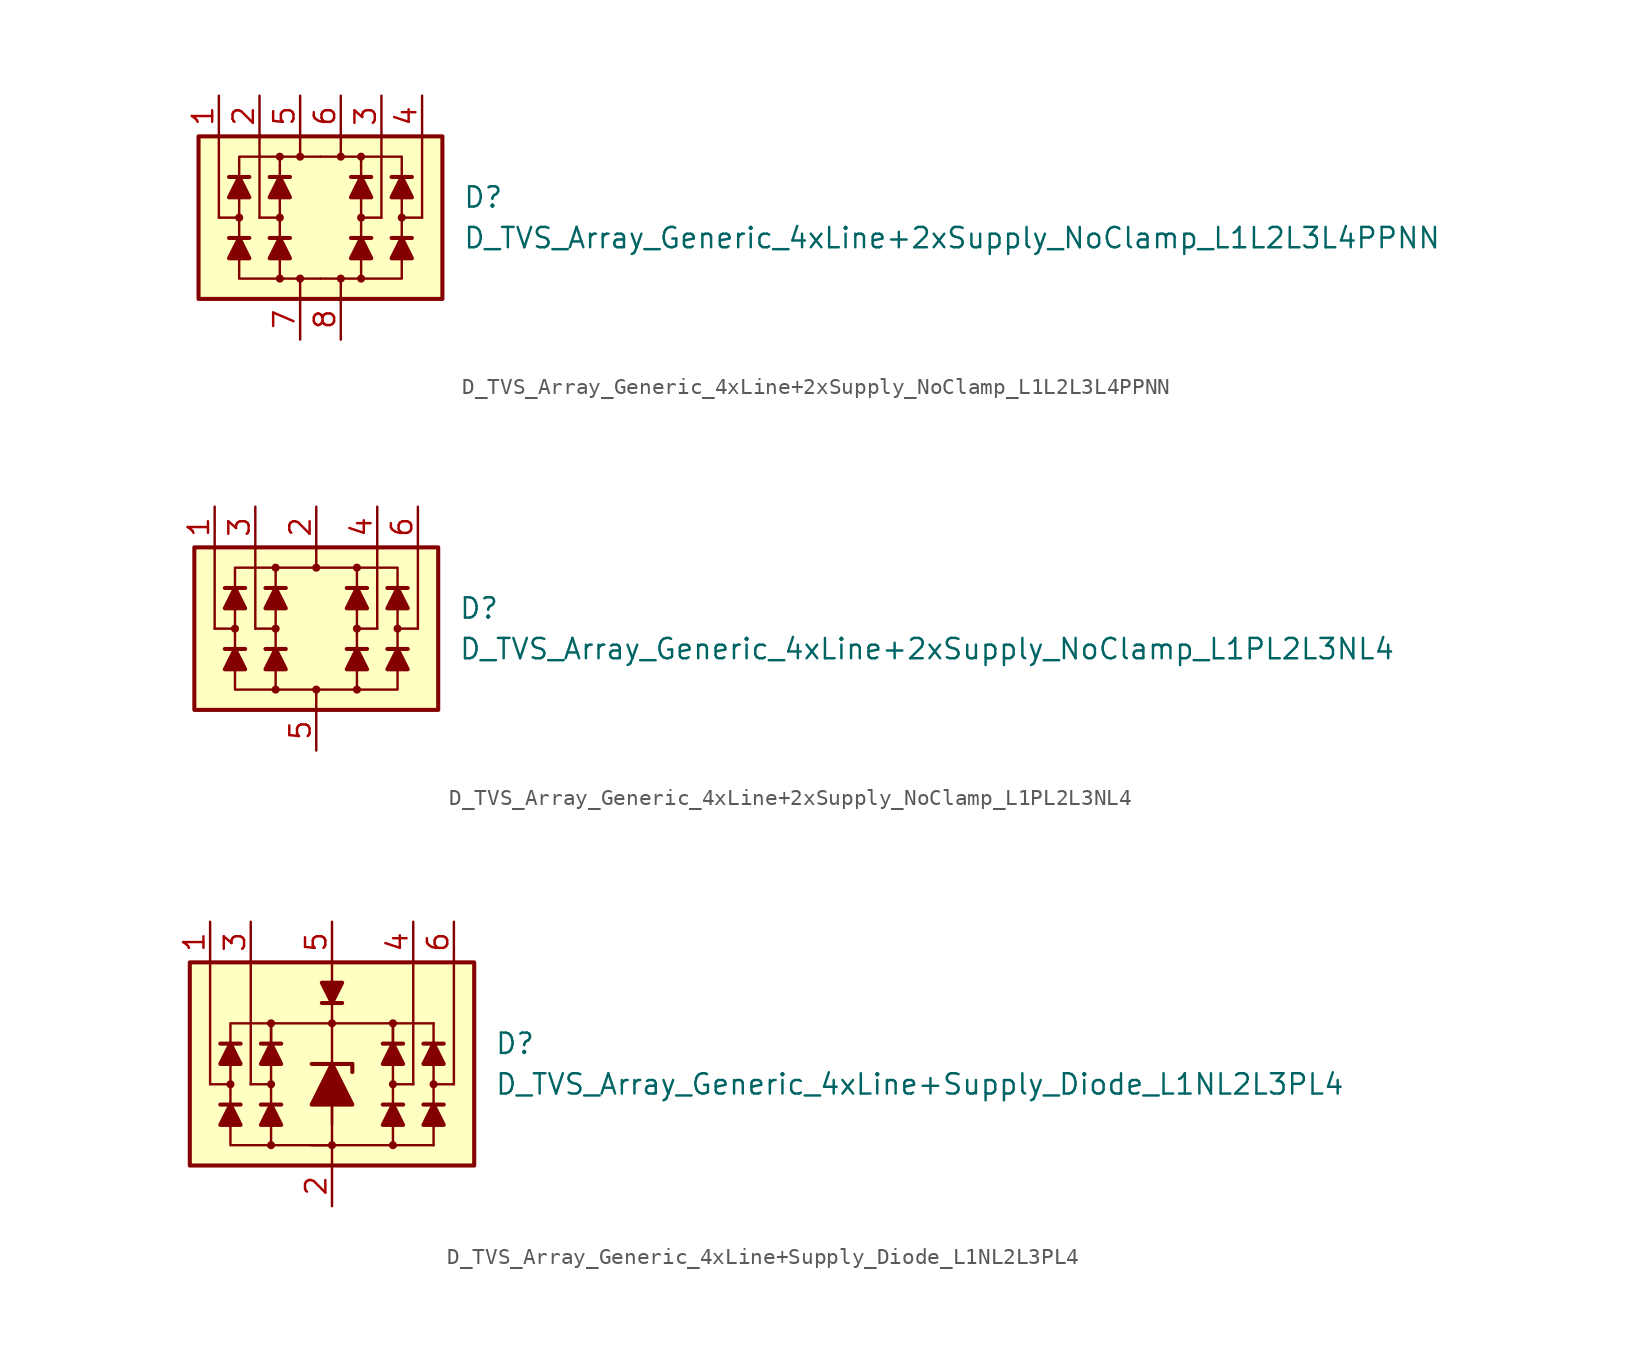
<source format=kicad_sym>
(kicad_symbol_lib
  (version 20231120)
  (generator "kicad_symbol_editor")
  (generator_version "8.0")
  (symbol "D_TVS_Array_Generic_4xLine+2xSupply_NoClamp_L1L2L3L4PPNN"
    (pin_names
      (offset 1.016) hide)
    (property "Reference" "D"
      (at 8.89 1.27 0)
      (effects (font (size 1.27 1.27)) (justify left)))
    (property "Value" "D_TVS_Array_Generic_4xLine+2xSupply_NoClamp_L1L2L3L4PPNN"
      (at 8.89 -1.27 0)
      (effects (font (size 1.27 1.27)) (justify left)))
    (symbol "D_TVS_Array_Generic_4xLine+2xSupply_NoClamp_L1L2L3L4PPNN_0_1"
      (rectangle (start -7.62 5.08) (end 7.62 -5.08) (stroke (width 0.254) (type default)) (fill (type background)))
      (circle (center -2.54 0) (radius 0.178) (stroke (width 0) (type default)) (fill (type outline)))
      (polyline (pts (xy -4.445 -1.27) (xy -5.715 -1.27)) (stroke (width 0.254) (type default)) (fill (type none)))
      (polyline (pts (xy -4.445 2.54) (xy -5.715 2.54)) (stroke (width 0.254) (type default)) (fill (type none)))
      (polyline (pts (xy -3.81 0) (xy -3.81 5.08)) (stroke (width 0) (type default)) (fill (type none)))
      (polyline (pts (xy -2.54 -1.27) (xy -2.54 1.27)) (stroke (width 0) (type default)) (fill (type none)))
      (polyline (pts (xy -2.54 0) (xy -3.81 0)) (stroke (width 0) (type default)) (fill (type none)))
      (polyline (pts (xy -1.905 -1.27) (xy -3.175 -1.27)) (stroke (width 0.254) (type default)) (fill (type none)))
      (polyline (pts (xy -1.905 2.54) (xy -3.175 2.54)) (stroke (width 0.254) (type default)) (fill (type none)))
      (polyline (pts (xy -1.27 -5.08) (xy -1.27 -3.81)) (stroke (width 0) (type default)) (fill (type none)))
      (polyline (pts (xy -1.27 5.08) (xy -1.27 3.81)) (stroke (width 0) (type default)) (fill (type none)))
      (polyline (pts (xy 1.27 -5.08) (xy 1.27 -3.81)) (stroke (width 0) (type default)) (fill (type none)))
      (polyline (pts (xy 1.27 5.08) (xy 1.27 3.81)) (stroke (width 0) (type default)) (fill (type none)))
      (polyline (pts (xy 2.54 -1.27) (xy 2.54 1.27)) (stroke (width 0) (type default)) (fill (type none)))
      (polyline (pts (xy 2.54 0) (xy 3.81 0)) (stroke (width 0) (type default)) (fill (type none)))
      (polyline (pts (xy 3.175 -1.27) (xy 1.905 -1.27)) (stroke (width 0.254) (type default)) (fill (type none)))
      (polyline (pts (xy 3.175 2.54) (xy 1.905 2.54)) (stroke (width 0.254) (type default)) (fill (type none)))
      (polyline (pts (xy 3.81 0) (xy 3.81 5.08)) (stroke (width 0) (type default)) (fill (type none)))
      (polyline (pts (xy 5.715 -1.27) (xy 4.445 -1.27)) (stroke (width 0.254) (type default)) (fill (type none)))
      (polyline (pts (xy 5.715 2.54) (xy 4.445 2.54)) (stroke (width 0.254) (type default)) (fill (type none)))
      (polyline (pts (xy -5.08 -1.27) (xy -4.445 -2.54) (xy -5.715 -2.54) (xy -5.08 -1.27)) (stroke (width 0.254) (type default)) (fill (type outline)))
      (polyline (pts (xy -5.08 2.54) (xy -4.445 1.27) (xy -5.715 1.27) (xy -5.08 2.54)) (stroke (width 0.254) (type default)) (fill (type outline)))
      (polyline (pts (xy -2.54 -1.27) (xy -1.905 -2.54) (xy -3.175 -2.54) (xy -2.54 -1.27)) (stroke (width 0.254) (type default)) (fill (type outline)))
      (polyline (pts (xy -2.54 2.54) (xy -1.905 1.27) (xy -3.175 1.27) (xy -2.54 2.54)) (stroke (width 0.254) (type default)) (fill (type outline)))
      (polyline (pts (xy 0 -3.81) (xy -5.08 -3.81) (xy -5.08 3.81) (xy 0 3.81)) (stroke (width 0) (type default)) (fill (type none)))
      (polyline (pts (xy 0 -3.81) (xy 5.08 -3.81) (xy 5.08 3.81) (xy 0 3.81)) (stroke (width 0) (type default)) (fill (type none)))
      (polyline (pts (xy 2.54 -1.27) (xy 3.175 -2.54) (xy 1.905 -2.54) (xy 2.54 -1.27)) (stroke (width 0.254) (type default)) (fill (type outline)))
      (polyline (pts (xy 2.54 2.54) (xy 3.175 1.27) (xy 1.905 1.27) (xy 2.54 2.54)) (stroke (width 0.254) (type default)) (fill (type outline)))
      (polyline (pts (xy 5.08 -1.27) (xy 5.715 -2.54) (xy 4.445 -2.54) (xy 5.08 -1.27)) (stroke (width 0.254) (type default)) (fill (type outline)))
      (polyline (pts (xy 5.08 2.54) (xy 5.715 1.27) (xy 4.445 1.27) (xy 5.08 2.54)) (stroke (width 0.254) (type default)) (fill (type outline)))
      (circle (center 2.54 0) (radius 0.178) (stroke (width 0) (type default)) (fill (type outline))))
    (symbol "D_TVS_Array_Generic_4xLine+2xSupply_NoClamp_L1L2L3L4PPNN_1_1"
      (circle (center -5.08 0) (radius 0.178) (stroke (width 0) (type default)) (fill (type outline)))
      (circle (center -2.54 -3.81) (radius 0.178) (stroke (width 0) (type default)) (fill (type outline)))
      (circle (center -2.54 3.81) (radius 0.178) (stroke (width 0) (type default)) (fill (type outline)))
      (circle (center -1.27 -3.81) (radius 0.178) (stroke (width 0) (type default)) (fill (type outline)))
      (circle (center -1.27 3.81) (radius 0.178) (stroke (width 0) (type default)) (fill (type outline)))
      (polyline (pts (xy -6.35 0) (xy -6.35 5.08)) (stroke (width 0) (type default)) (fill (type none)))
      (polyline (pts (xy -5.08 0) (xy -6.35 0)) (stroke (width 0) (type default)) (fill (type none)))
      (polyline (pts (xy -2.54 -3.81) (xy -2.54 -1.27)) (stroke (width 0) (type default)) (fill (type none)))
      (polyline (pts (xy -2.54 1.27) (xy -2.54 3.81)) (stroke (width 0) (type default)) (fill (type none)))
      (polyline (pts (xy 2.54 -3.81) (xy 2.54 -1.27)) (stroke (width 0) (type default)) (fill (type none)))
      (polyline (pts (xy 2.54 1.27) (xy 2.54 3.81)) (stroke (width 0) (type default)) (fill (type none)))
      (polyline (pts (xy 5.08 0) (xy 6.35 0)) (stroke (width 0) (type default)) (fill (type none)))
      (polyline (pts (xy 6.35 0) (xy 6.35 5.08)) (stroke (width 0) (type default)) (fill (type none)))
      (circle (center 1.27 -3.81) (radius 0.178) (stroke (width 0) (type default)) (fill (type outline)))
      (circle (center 1.27 3.81) (radius 0.178) (stroke (width 0) (type default)) (fill (type outline)))
      (circle (center 2.54 -3.81) (radius 0.178) (stroke (width 0) (type default)) (fill (type outline)))
      (circle (center 2.54 3.81) (radius 0.178) (stroke (width 0) (type default)) (fill (type outline)))
      (circle (center 5.08 0) (radius 0.178) (stroke (width 0) (type default)) (fill (type outline)))
      (pin passive line (at -6.35 7.62 270) (length 2.54) (name "L1" (effects (font (size 1.27 1.27)))) (number "1" (effects (font (size 1.27 1.27)))))
      (pin passive line (at -3.81 7.62 270) (length 2.54) (name "L2" (effects (font (size 1.27 1.27)))) (number "2" (effects (font (size 1.27 1.27)))))
      (pin passive line (at 3.81 7.62 270) (length 2.54) (name "L3" (effects (font (size 1.27 1.27)))) (number "3" (effects (font (size 1.27 1.27)))))
      (pin passive line (at 6.35 7.62 270) (length 2.54) (name "L4" (effects (font (size 1.27 1.27)))) (number "4" (effects (font (size 1.27 1.27)))))
      (pin passive line (at -1.27 7.62 270) (length 2.54) (name "VP" (effects (font (size 1.27 1.27)))) (number "5" (effects (font (size 1.27 1.27)))))
      (pin passive line (at 1.27 7.62 270) (length 2.54) (name "VP" (effects (font (size 1.27 1.27)))) (number "6" (effects (font (size 1.27 1.27)))))
      (pin passive line (at -1.27 -7.62 90) (length 2.54) (name "VN" (effects (font (size 1.27 1.27)))) (number "7" (effects (font (size 1.27 1.27)))))
      (pin passive line (at 1.27 -7.62 90) (length 2.54) (name "VN" (effects (font (size 1.27 1.27)))) (number "8" (effects (font (size 1.27 1.27)))))))
  (symbol "D_TVS_Array_Generic_4xLine+2xSupply_NoClamp_L1PL2L3NL4"
    (pin_names
      (offset 1.016) hide)
    (property "Reference" "D"
      (at 8.89 1.27 0)
      (effects (font (size 1.27 1.27)) (justify left)))
    (property "Value" "D_TVS_Array_Generic_4xLine+2xSupply_NoClamp_L1PL2L3NL4"
      (at 8.89 -1.27 0)
      (effects (font (size 1.27 1.27)) (justify left)))
    (symbol "D_TVS_Array_Generic_4xLine+2xSupply_NoClamp_L1PL2L3NL4_0_1"
      (rectangle (start -7.62 5.08) (end 7.62 -5.08) (stroke (width 0.254) (type default)) (fill (type background)))
      (circle (center -2.54 0) (radius 0.178) (stroke (width 0) (type default)) (fill (type outline)))
      (polyline (pts (xy -4.445 -1.27) (xy -5.715 -1.27)) (stroke (width 0.254) (type default)) (fill (type none)))
      (polyline (pts (xy -4.445 2.54) (xy -5.715 2.54)) (stroke (width 0.254) (type default)) (fill (type none)))
      (polyline (pts (xy -3.81 0) (xy -3.81 5.08)) (stroke (width 0) (type default)) (fill (type none)))
      (polyline (pts (xy -2.54 -1.27) (xy -2.54 1.27)) (stroke (width 0) (type default)) (fill (type none)))
      (polyline (pts (xy -2.54 0) (xy -3.81 0)) (stroke (width 0) (type default)) (fill (type none)))
      (polyline (pts (xy -1.905 -1.27) (xy -3.175 -1.27)) (stroke (width 0.254) (type default)) (fill (type none)))
      (polyline (pts (xy -1.905 2.54) (xy -3.175 2.54)) (stroke (width 0.254) (type default)) (fill (type none)))
      (polyline (pts (xy 0 -5.08) (xy 0 -3.81)) (stroke (width 0) (type default)) (fill (type none)))
      (polyline (pts (xy 0 5.08) (xy 0 3.81)) (stroke (width 0) (type default)) (fill (type none)))
      (polyline (pts (xy 2.54 -1.27) (xy 2.54 1.27)) (stroke (width 0) (type default)) (fill (type none)))
      (polyline (pts (xy 2.54 0) (xy 3.81 0)) (stroke (width 0) (type default)) (fill (type none)))
      (polyline (pts (xy 3.175 -1.27) (xy 1.905 -1.27)) (stroke (width 0.254) (type default)) (fill (type none)))
      (polyline (pts (xy 3.175 2.54) (xy 1.905 2.54)) (stroke (width 0.254) (type default)) (fill (type none)))
      (polyline (pts (xy 3.81 0) (xy 3.81 5.08)) (stroke (width 0) (type default)) (fill (type none)))
      (polyline (pts (xy 5.715 -1.27) (xy 4.445 -1.27)) (stroke (width 0.254) (type default)) (fill (type none)))
      (polyline (pts (xy 5.715 2.54) (xy 4.445 2.54)) (stroke (width 0.254) (type default)) (fill (type none)))
      (polyline (pts (xy -5.08 -1.27) (xy -4.445 -2.54) (xy -5.715 -2.54) (xy -5.08 -1.27)) (stroke (width 0.254) (type default)) (fill (type outline)))
      (polyline (pts (xy -5.08 2.54) (xy -4.445 1.27) (xy -5.715 1.27) (xy -5.08 2.54)) (stroke (width 0.254) (type default)) (fill (type outline)))
      (polyline (pts (xy -2.54 -1.27) (xy -1.905 -2.54) (xy -3.175 -2.54) (xy -2.54 -1.27)) (stroke (width 0.254) (type default)) (fill (type outline)))
      (polyline (pts (xy -2.54 2.54) (xy -1.905 1.27) (xy -3.175 1.27) (xy -2.54 2.54)) (stroke (width 0.254) (type default)) (fill (type outline)))
      (polyline (pts (xy 0 -3.81) (xy -5.08 -3.81) (xy -5.08 3.81) (xy 0 3.81)) (stroke (width 0) (type default)) (fill (type none)))
      (polyline (pts (xy 0 -3.81) (xy 5.08 -3.81) (xy 5.08 3.81) (xy 0 3.81)) (stroke (width 0) (type default)) (fill (type none)))
      (polyline (pts (xy 2.54 -1.27) (xy 3.175 -2.54) (xy 1.905 -2.54) (xy 2.54 -1.27)) (stroke (width 0.254) (type default)) (fill (type outline)))
      (polyline (pts (xy 2.54 2.54) (xy 3.175 1.27) (xy 1.905 1.27) (xy 2.54 2.54)) (stroke (width 0.254) (type default)) (fill (type outline)))
      (polyline (pts (xy 5.08 -1.27) (xy 5.715 -2.54) (xy 4.445 -2.54) (xy 5.08 -1.27)) (stroke (width 0.254) (type default)) (fill (type outline)))
      (polyline (pts (xy 5.08 2.54) (xy 5.715 1.27) (xy 4.445 1.27) (xy 5.08 2.54)) (stroke (width 0.254) (type default)) (fill (type outline)))
      (circle (center 2.54 0) (radius 0.178) (stroke (width 0) (type default)) (fill (type outline))))
    (symbol "D_TVS_Array_Generic_4xLine+2xSupply_NoClamp_L1PL2L3NL4_1_1"
      (circle (center -5.08 0) (radius 0.178) (stroke (width 0) (type default)) (fill (type outline)))
      (circle (center -2.54 -3.81) (radius 0.178) (stroke (width 0) (type default)) (fill (type outline)))
      (circle (center -2.54 3.81) (radius 0.178) (stroke (width 0) (type default)) (fill (type outline)))
      (circle (center 0 -3.81) (radius 0.178) (stroke (width 0) (type default)) (fill (type outline)))
      (polyline (pts (xy -6.35 0) (xy -6.35 5.08)) (stroke (width 0) (type default)) (fill (type none)))
      (polyline (pts (xy -5.08 0) (xy -6.35 0)) (stroke (width 0) (type default)) (fill (type none)))
      (polyline (pts (xy -2.54 -3.81) (xy -2.54 -1.27)) (stroke (width 0) (type default)) (fill (type none)))
      (polyline (pts (xy -2.54 1.27) (xy -2.54 3.81)) (stroke (width 0) (type default)) (fill (type none)))
      (polyline (pts (xy 2.54 -3.81) (xy 2.54 -1.27)) (stroke (width 0) (type default)) (fill (type none)))
      (polyline (pts (xy 2.54 1.27) (xy 2.54 3.81)) (stroke (width 0) (type default)) (fill (type none)))
      (polyline (pts (xy 5.08 0) (xy 6.35 0)) (stroke (width 0) (type default)) (fill (type none)))
      (polyline (pts (xy 6.35 0) (xy 6.35 5.08)) (stroke (width 0) (type default)) (fill (type none)))
      (circle (center 0 3.81) (radius 0.178) (stroke (width 0) (type default)) (fill (type outline)))
      (circle (center 2.54 -3.81) (radius 0.178) (stroke (width 0) (type default)) (fill (type outline)))
      (circle (center 2.54 3.81) (radius 0.178) (stroke (width 0) (type default)) (fill (type outline)))
      (circle (center 5.08 0) (radius 0.178) (stroke (width 0) (type default)) (fill (type outline)))
      (pin passive line (at -6.35 7.62 270) (length 2.54) (name "L1" (effects (font (size 1.27 1.27)))) (number "1" (effects (font (size 1.27 1.27)))))
      (pin passive line (at 0 7.62 270) (length 2.54) (name "VP" (effects (font (size 1.27 1.27)))) (number "2" (effects (font (size 1.27 1.27)))))
      (pin passive line (at -3.81 7.62 270) (length 2.54) (name "L2" (effects (font (size 1.27 1.27)))) (number "3" (effects (font (size 1.27 1.27)))))
      (pin passive line (at 3.81 7.62 270) (length 2.54) (name "L3" (effects (font (size 1.27 1.27)))) (number "4" (effects (font (size 1.27 1.27)))))
      (pin passive line (at 0 -7.62 90) (length 2.54) (name "VN" (effects (font (size 1.27 1.27)))) (number "5" (effects (font (size 1.27 1.27)))))
      (pin passive line (at 6.35 7.62 270) (length 2.54) (name "L4" (effects (font (size 1.27 1.27)))) (number "6" (effects (font (size 1.27 1.27)))))))
  (symbol "D_TVS_Array_Generic_4xLine+Supply_Diode_L1NL2L3PL4"
    (pin_names
      (offset 1.016) hide)
    (property "Reference" "D"
      (at 10.16 1.27 0)
      (effects (font (size 1.27 1.27)) (justify left)))
    (property "Value" "D_TVS_Array_Generic_4xLine+Supply_Diode_L1NL2L3PL4"
      (at 10.16 -1.27 0)
      (effects (font (size 1.27 1.27)) (justify left)))
    (symbol "D_TVS_Array_Generic_4xLine+Supply_Diode_L1NL2L3PL4_0_1"
      (rectangle (start -8.89 6.35) (end 8.89 -6.35) (stroke (width 0.254) (type default)) (fill (type background)))
      (circle (center -3.81 -1.27) (radius 0.178) (stroke (width 0) (type default)) (fill (type outline)))
      (polyline (pts (xy -5.715 -2.54) (xy -6.985 -2.54)) (stroke (width 0.254) (type default)) (fill (type none)))
      (polyline (pts (xy -5.715 1.27) (xy -6.985 1.27)) (stroke (width 0.254) (type default)) (fill (type none)))
      (polyline (pts (xy -5.08 -1.27) (xy -5.08 6.35)) (stroke (width 0) (type default)) (fill (type none)))
      (polyline (pts (xy -3.81 -2.54) (xy -3.81 0)) (stroke (width 0) (type default)) (fill (type none)))
      (polyline (pts (xy -3.81 -1.27) (xy -5.08 -1.27)) (stroke (width 0) (type default)) (fill (type none)))
      (polyline (pts (xy -3.175 -2.54) (xy -4.445 -2.54)) (stroke (width 0.254) (type default)) (fill (type none)))
      (polyline (pts (xy -3.175 1.27) (xy -4.445 1.27)) (stroke (width 0.254) (type default)) (fill (type none)))
      (polyline (pts (xy -0.635 3.81) (xy 0.635 3.81)) (stroke (width 0.254) (type default)) (fill (type none)))
      (polyline (pts (xy 0 -3.81) (xy 0 5.08)) (stroke (width 0) (type default)) (fill (type none)))
      (polyline (pts (xy 0 -2.54) (xy 0 -6.35)) (stroke (width 0) (type default)) (fill (type none)))
      (polyline (pts (xy 3.81 -2.54) (xy 3.81 0)) (stroke (width 0) (type default)) (fill (type none)))
      (polyline (pts (xy 3.81 -1.27) (xy 5.08 -1.27)) (stroke (width 0) (type default)) (fill (type none)))
      (polyline (pts (xy 3.81 2.54) (xy 6.35 2.54)) (stroke (width 0.152) (type default)) (fill (type none)))
      (polyline (pts (xy 4.445 -2.54) (xy 3.175 -2.54)) (stroke (width 0.254) (type default)) (fill (type none)))
      (polyline (pts (xy 4.445 1.27) (xy 3.175 1.27)) (stroke (width 0.254) (type default)) (fill (type none)))
      (polyline (pts (xy 5.08 -1.27) (xy 5.08 6.35)) (stroke (width 0) (type default)) (fill (type none)))
      (polyline (pts (xy 6.35 2.54) (xy 6.35 -5.08)) (stroke (width 0.152) (type default)) (fill (type none)))
      (polyline (pts (xy 6.985 -2.54) (xy 5.715 -2.54)) (stroke (width 0.254) (type default)) (fill (type none)))
      (polyline (pts (xy 6.985 1.27) (xy 5.715 1.27)) (stroke (width 0.254) (type default)) (fill (type none)))
      (polyline (pts (xy 6.35 -5.08) (xy -1.27 -5.08) (xy 0 -5.08)) (stroke (width 0.152) (type default)) (fill (type none)))
      (polyline (pts (xy -6.35 -2.54) (xy -5.715 -3.81) (xy -6.985 -3.81) (xy -6.35 -2.54)) (stroke (width 0.254) (type default)) (fill (type outline)))
      (polyline (pts (xy -6.35 1.27) (xy -5.715 0) (xy -6.985 0) (xy -6.35 1.27)) (stroke (width 0.254) (type default)) (fill (type outline)))
      (polyline (pts (xy -3.81 -2.54) (xy -3.175 -3.81) (xy -4.445 -3.81) (xy -3.81 -2.54)) (stroke (width 0.254) (type default)) (fill (type outline)))
      (polyline (pts (xy -3.81 1.27) (xy -3.81 2.54) (xy 3.81 2.54) (xy 3.81 1.27)) (stroke (width 0) (type default)) (fill (type none)))
      (polyline (pts (xy -3.81 1.27) (xy -3.175 0) (xy -4.445 0) (xy -3.81 1.27)) (stroke (width 0.254) (type default)) (fill (type outline)))
      (polyline (pts (xy 0 -5.08) (xy -6.35 -5.08) (xy -6.35 2.54) (xy -3.81 2.54)) (stroke (width 0) (type default)) (fill (type none)))
      (polyline (pts (xy 0 3.81) (xy -0.635 5.08) (xy 0.635 5.08) (xy 0 3.81)) (stroke (width 0.254) (type default)) (fill (type outline)))
      (polyline (pts (xy 3.81 -2.54) (xy 4.445 -3.81) (xy 3.175 -3.81) (xy 3.81 -2.54)) (stroke (width 0.254) (type default)) (fill (type outline)))
      (polyline (pts (xy 3.81 1.27) (xy 4.445 0) (xy 3.175 0) (xy 3.81 1.27)) (stroke (width 0.254) (type default)) (fill (type outline)))
      (polyline (pts (xy 6.35 -2.54) (xy 6.985 -3.81) (xy 5.715 -3.81) (xy 6.35 -2.54)) (stroke (width 0.254) (type default)) (fill (type outline)))
      (polyline (pts (xy 6.35 1.27) (xy 6.985 0) (xy 5.715 0) (xy 6.35 1.27)) (stroke (width 0.254) (type default)) (fill (type outline)))
      (circle (center 0 2.54) (radius 0.178) (stroke (width 0) (type default)) (fill (type outline)))
      (circle (center 3.81 -1.27) (radius 0.178) (stroke (width 0) (type default)) (fill (type outline))))
    (symbol "D_TVS_Array_Generic_4xLine+Supply_Diode_L1NL2L3PL4_1_1"
      (circle (center -6.35 -1.27) (radius 0.178) (stroke (width 0) (type default)) (fill (type outline)))
      (circle (center -3.81 -5.08) (radius 0.178) (stroke (width 0) (type default)) (fill (type outline)))
      (circle (center -3.81 2.54) (radius 0.178) (stroke (width 0) (type default)) (fill (type outline)))
      (circle (center 0 -5.08) (radius 0.178) (stroke (width 0) (type default)) (fill (type outline)))
      (polyline (pts (xy -7.62 -1.27) (xy -7.62 6.35)) (stroke (width 0) (type default)) (fill (type none)))
      (polyline (pts (xy -6.35 -1.27) (xy -7.62 -1.27)) (stroke (width 0) (type default)) (fill (type none)))
      (polyline (pts (xy -3.81 -5.08) (xy -3.81 -2.54)) (stroke (width 0) (type default)) (fill (type none)))
      (polyline (pts (xy -3.81 0) (xy -3.81 2.54)) (stroke (width 0) (type default)) (fill (type none)))
      (polyline (pts (xy -1.27 0) (xy 1.27 0)) (stroke (width 0.254) (type default)) (fill (type none)))
      (polyline (pts (xy 0 -2.54) (xy 0 0)) (stroke (width 0) (type default)) (fill (type none)))
      (polyline (pts (xy 0 6.35) (xy 0 3.81)) (stroke (width 0) (type default)) (fill (type none)))
      (polyline (pts (xy 1.27 0) (xy 1.27 -0.508)) (stroke (width 0.254) (type default)) (fill (type none)))
      (polyline (pts (xy 3.81 -5.08) (xy 3.81 -2.54)) (stroke (width 0) (type default)) (fill (type none)))
      (polyline (pts (xy 3.81 0) (xy 3.81 2.54)) (stroke (width 0) (type default)) (fill (type none)))
      (polyline (pts (xy 6.35 -1.27) (xy 7.62 -1.27)) (stroke (width 0) (type default)) (fill (type none)))
      (polyline (pts (xy 7.62 -1.27) (xy 7.62 6.35)) (stroke (width 0) (type default)) (fill (type none)))
      (polyline (pts (xy 1.27 -2.54) (xy -1.27 -2.54) (xy 0 0) (xy 1.27 -2.54)) (stroke (width 0.254) (type default)) (fill (type outline)))
      (circle (center 3.81 -5.08) (radius 0.178) (stroke (width 0) (type default)) (fill (type outline)))
      (circle (center 3.81 2.54) (radius 0.178) (stroke (width 0) (type default)) (fill (type outline)))
      (circle (center 6.35 -1.27) (radius 0.178) (stroke (width 0) (type default)) (fill (type outline)))
      (pin passive line (at -7.62 8.89 270) (length 2.54) (name "L1" (effects (font (size 1.27 1.27)))) (number "1" (effects (font (size 1.27 1.27)))))
      (pin passive line (at 0 -8.89 90) (length 2.54) (name "VN" (effects (font (size 1.27 1.27)))) (number "2" (effects (font (size 1.27 1.27)))))
      (pin passive line (at -5.08 8.89 270) (length 2.54) (name "L2" (effects (font (size 1.27 1.27)))) (number "3" (effects (font (size 1.27 1.27)))))
      (pin passive line (at 5.08 8.89 270) (length 2.54) (name "L3" (effects (font (size 1.27 1.27)))) (number "4" (effects (font (size 1.27 1.27)))))
      (pin passive line (at 0 8.89 270) (length 2.54) (name "VP" (effects (font (size 1.27 1.27)))) (number "5" (effects (font (size 1.27 1.27)))))
      (pin passive line (at 7.62 8.89 270) (length 2.54) (name "L4" (effects (font (size 1.27 1.27)))) (number "6" (effects (font (size 1.27 1.27))))))))
</source>
